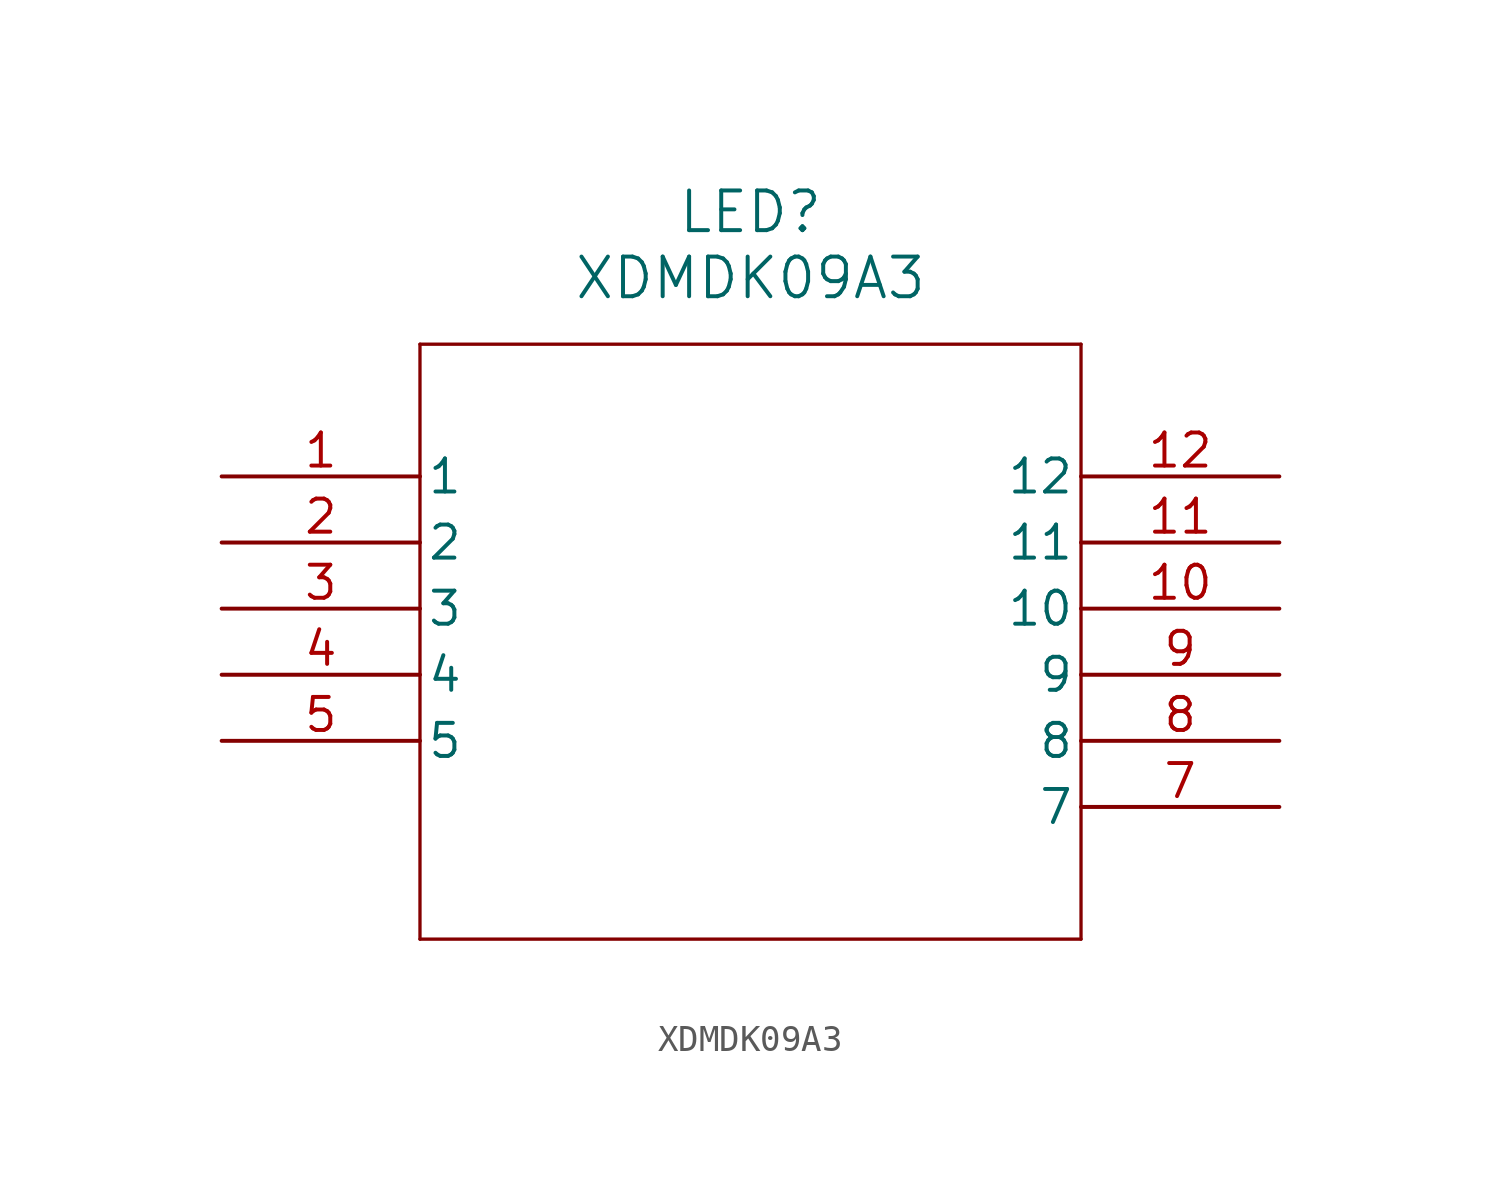
<source format=kicad_sym>
(kicad_symbol_lib
  (version 20211014)
  (generator kicad_symbol_editor)
  (symbol "XDMDK09A3"
    (pin_names
      (offset 0.254))
    (property "Reference" "LED"
      (at 20.32 10.16 0)
      (effects (font (size 1.524 1.524))))
    (property "Value" "XDMDK09A3"
      (at 20.32 7.62 0)
      (effects (font (size 1.524 1.524))))
    (symbol "XDMDK09A3_0_1"
      (polyline (pts (xy 7.62 5.08) (xy 7.62 -17.78)) (stroke (width 0.127) (type default) (color 0 0 0 0)) (fill (type none)))
      (polyline (pts (xy 7.62 -17.78) (xy 33.02 -17.78)) (stroke (width 0.127) (type default) (color 0 0 0 0)) (fill (type none)))
      (polyline (pts (xy 33.02 -17.78) (xy 33.02 5.08)) (stroke (width 0.127) (type default) (color 0 0 0 0)) (fill (type none)))
      (polyline (pts (xy 33.02 5.08) (xy 7.62 5.08)) (stroke (width 0.127) (type default) (color 0 0 0 0)) (fill (type none)))
      (pin unspecified line (at 0 0 0) (length 7.62) (name "1" (effects (font (size 1.27 1.27)))) (number "1" (effects (font (size 1.27 1.27)))))
      (pin unspecified line (at 0 -2.54 0) (length 7.62) (name "2" (effects (font (size 1.27 1.27)))) (number "2" (effects (font (size 1.27 1.27)))))
      (pin unspecified line (at 0 -5.08 0) (length 7.62) (name "3" (effects (font (size 1.27 1.27)))) (number "3" (effects (font (size 1.27 1.27)))))
      (pin unspecified line (at 0 -7.62 0) (length 7.62) (name "4" (effects (font (size 1.27 1.27)))) (number "4" (effects (font (size 1.27 1.27)))))
      (pin unspecified line (at 0 -10.16 0) (length 7.62) (name "5" (effects (font (size 1.27 1.27)))) (number "5" (effects (font (size 1.27 1.27)))))
      (pin unspecified line (at 40.64 -12.7 180) (length 7.62) (name "7" (effects (font (size 1.27 1.27)))) (number "7" (effects (font (size 1.27 1.27)))))
      (pin unspecified line (at 40.64 -10.16 180) (length 7.62) (name "8" (effects (font (size 1.27 1.27)))) (number "8" (effects (font (size 1.27 1.27)))))
      (pin unspecified line (at 40.64 -7.62 180) (length 7.62) (name "9" (effects (font (size 1.27 1.27)))) (number "9" (effects (font (size 1.27 1.27)))))
      (pin unspecified line (at 40.64 -5.08 180) (length 7.62) (name "10" (effects (font (size 1.27 1.27)))) (number "10" (effects (font (size 1.27 1.27)))))
      (pin unspecified line (at 40.64 -2.54 180) (length 7.62) (name "11" (effects (font (size 1.27 1.27)))) (number "11" (effects (font (size 1.27 1.27)))))
      (pin unspecified line (at 40.64 0 180) (length 7.62) (name "12" (effects (font (size 1.27 1.27)))) (number "12" (effects (font (size 1.27 1.27))))))))
</source>
